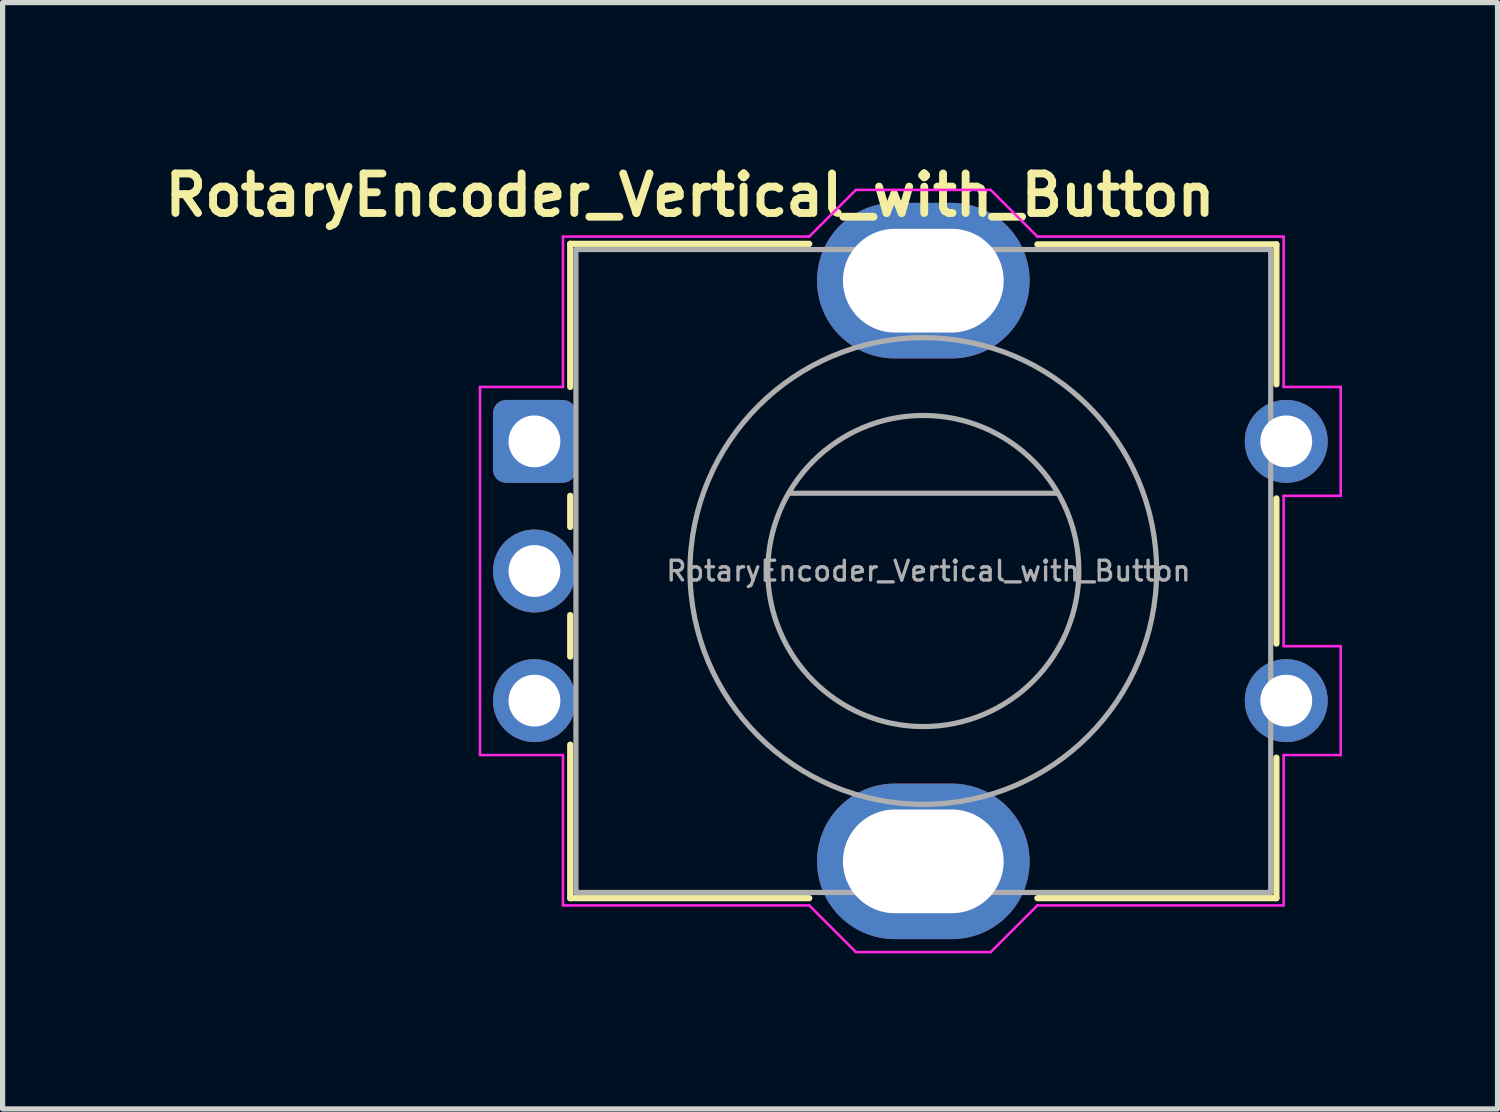
<source format=kicad_pcb>
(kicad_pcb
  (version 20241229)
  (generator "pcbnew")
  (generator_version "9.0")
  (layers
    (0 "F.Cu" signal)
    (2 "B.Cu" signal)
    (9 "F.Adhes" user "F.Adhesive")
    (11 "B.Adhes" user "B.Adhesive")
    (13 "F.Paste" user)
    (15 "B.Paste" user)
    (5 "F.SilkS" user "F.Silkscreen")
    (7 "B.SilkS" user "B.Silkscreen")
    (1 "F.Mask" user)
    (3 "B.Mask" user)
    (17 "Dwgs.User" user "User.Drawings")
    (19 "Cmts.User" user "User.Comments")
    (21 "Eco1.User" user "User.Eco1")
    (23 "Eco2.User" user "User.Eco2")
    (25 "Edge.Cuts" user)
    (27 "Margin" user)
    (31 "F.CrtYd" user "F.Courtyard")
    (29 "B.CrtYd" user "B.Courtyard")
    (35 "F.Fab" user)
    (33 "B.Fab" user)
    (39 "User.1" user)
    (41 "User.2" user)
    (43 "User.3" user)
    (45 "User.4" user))
  (footprint "RotaryEncoder_Vertical_with_Button"
    (layer "F.Cu")
    (at 7.258 5.463)
    (property "Reference" "RotaryEncoder_Vertical_with_Button" (at 3 -4.75 180) (layer "F.SilkS") (effects (font (size 0.762 0.762) (thickness 0.152) (bold yes))))
    (attr through_hole)
    (fp_line (start 0.69 -3.81) (end 5.3 -3.81) (stroke (width 0.12) (type solid)) (layer "F.SilkS"))
    (fp_line (start 0.69 -1.05) (end 0.69 -3.81) (stroke (width 0.12) (type solid)) (layer "F.SilkS"))
    (fp_line (start 0.69 1.05) (end 0.69 1.65) (stroke (width 0.12) (type solid)) (layer "F.SilkS"))
    (fp_line (start 0.69 3.35) (end 0.69 4.15) (stroke (width 0.12) (type solid)) (layer "F.SilkS"))
    (fp_line (start 0.69 5.85) (end 0.69 8.81) (stroke (width 0.12) (type solid)) (layer "F.SilkS"))
    (fp_line (start 5.3 8.81) (end 0.69 8.81) (stroke (width 0.12) (type solid)) (layer "F.SilkS"))
    (fp_line (start 9.7 -3.8) (end 14.31 -3.8) (stroke (width 0.12) (type solid)) (layer "F.SilkS"))
    (fp_line (start 14.31 -3.8) (end 14.31 -1.1) (stroke (width 0.12) (type solid)) (layer "F.SilkS"))
    (fp_line (start 14.31 1.1) (end 14.31 3.9) (stroke (width 0.12) (type solid)) (layer "F.SilkS"))
    (fp_line (start 14.31 6.1) (end 14.31 8.81) (stroke (width 0.12) (type solid)) (layer "F.SilkS"))
    (fp_line (start 14.31 8.81) (end 9.7 8.81) (stroke (width 0.12) (type solid)) (layer "F.SilkS"))
    (fp_line (start -1.05 -1.05) (end 0.55 -1.05) (stroke (width 0.05) (type solid)) (layer "F.CrtYd"))
    (fp_line (start -1.05 6.05) (end -1.05 -1.05) (stroke (width 0.05) (type solid)) (layer "F.CrtYd"))
    (fp_line (start 0.55 -3.95) (end 5.3 -3.95) (stroke (width 0.05) (type solid)) (layer "F.CrtYd"))
    (fp_line (start 0.55 -1.05) (end 0.55 -3.95) (stroke (width 0.05) (type solid)) (layer "F.CrtYd"))
    (fp_line (start 0.55 6.05) (end -1.05 6.05) (stroke (width 0.05) (type solid)) (layer "F.CrtYd"))
    (fp_line (start 0.55 8.95) (end 0.55 6.05) (stroke (width 0.05) (type solid)) (layer "F.CrtYd"))
    (fp_line (start 5.3 -3.95) (end 6.2 -4.85) (stroke (width 0.05) (type solid)) (layer "F.CrtYd"))
    (fp_line (start 5.3 8.95) (end 0.55 8.95) (stroke (width 0.05) (type solid)) (layer "F.CrtYd"))
    (fp_line (start 5.3 8.95) (end 6.2 9.85) (stroke (width 0.05) (type solid)) (layer "F.CrtYd"))
    (fp_line (start 6.2 -4.85) (end 8.8 -4.85) (stroke (width 0.05) (type solid)) (layer "F.CrtYd"))
    (fp_line (start 8.8 9.85) (end 6.2 9.85) (stroke (width 0.05) (type solid)) (layer "F.CrtYd"))
    (fp_line (start 9.7 -3.95) (end 8.8 -4.85) (stroke (width 0.05) (type solid)) (layer "F.CrtYd"))
    (fp_line (start 9.7 -3.95) (end 14.45 -3.95) (stroke (width 0.05) (type solid)) (layer "F.CrtYd"))
    (fp_line (start 9.7 8.95) (end 8.8 9.85) (stroke (width 0.05) (type solid)) (layer "F.CrtYd"))
    (fp_line (start 14.45 -3.95) (end 14.45 -1.05) (stroke (width 0.05) (type solid)) (layer "F.CrtYd"))
    (fp_line (start 14.45 -1.05) (end 15.55 -1.05) (stroke (width 0.05) (type default)) (layer "F.CrtYd"))
    (fp_line (start 14.45 1.05) (end 14.45 3.95) (stroke (width 0.05) (type solid)) (layer "F.CrtYd"))
    (fp_line (start 14.45 3.95) (end 15.55 3.95) (stroke (width 0.05) (type default)) (layer "F.CrtYd"))
    (fp_line (start 14.45 6.05) (end 14.45 8.95) (stroke (width 0.05) (type solid)) (layer "F.CrtYd"))
    (fp_line (start 14.45 8.95) (end 9.7 8.95) (stroke (width 0.05) (type solid)) (layer "F.CrtYd"))
    (fp_line (start 15.55 -1.05) (end 15.55 1.05) (stroke (width 0.05) (type default)) (layer "F.CrtYd"))
    (fp_line (start 15.55 1.05) (end 14.45 1.05) (stroke (width 0.05) (type default)) (layer "F.CrtYd"))
    (fp_line (start 15.55 3.95) (end 15.55 6.05) (stroke (width 0.05) (type default)) (layer "F.CrtYd"))
    (fp_line (start 15.55 6.05) (end 14.45 6.05) (stroke (width 0.05) (type default)) (layer "F.CrtYd"))
    (fp_line (start 0.8 -3.7) (end 0.8 8.7) (stroke (width 0.1) (type solid)) (layer "F.Fab"))
    (fp_line (start 0.8 8.7) (end 14.2 8.7) (stroke (width 0.1) (type solid)) (layer "F.Fab"))
    (fp_line (start 4.91 1) (end 10.09 1) (stroke (width 0.1) (type default)) (layer "F.Fab"))
    (fp_line (start 14.2 -3.7) (end 0.8 -3.7) (stroke (width 0.1) (type solid)) (layer "F.Fab"))
    (fp_line (start 14.2 8.7) (end 14.2 -3.7) (stroke (width 0.1) (type solid)) (layer "F.Fab"))
    (fp_circle (center 7.5 2.5) (end 10.5 2.5) (stroke (width 0.1) (type solid)) (fill no) (layer "F.Fab"))
    (fp_circle (center 7.5 2.5) (end 12 2.5) (stroke (width 0.1) (type default)) (fill no) (layer "F.Fab"))
    (fp_text user "${REFERENCE}" (at 7.6 2.5 180) (layer "F.Fab") (effects (font (size 0.381 0.381) (thickness 0.064) (bold yes))))
    (pad "A" thru_hole roundrect (at 0 0) (size 1.6 1.6) (drill 1) (layers "*.Cu" "*.Mask") (roundrect_rratio 0.156))
    (pad "B" thru_hole circle (at 0 5) (size 1.6 1.6) (drill 1) (layers "*.Cu" "*.Mask"))
    (pad "C" thru_hole circle (at 0 2.5) (size 1.6 1.6) (drill 1) (layers "*.Cu" "*.Mask"))
    (pad "S1" thru_hole circle (at 14.5 0) (size 1.6 1.6) (drill 1) (layers "*.Cu" "*.Mask"))
    (pad "S2" thru_hole circle (at 14.5 5) (size 1.6 1.6) (drill 1) (layers "*.Cu" "*.Mask"))
    (pad "SH" thru_hole oval (at 7.5 -3.1) (size 4.1 3) (drill oval 3.1 2) (layers "*.Cu" "*.Mask"))
    (pad "SH" thru_hole oval (at 7.5 8.1) (size 4.1 3) (drill oval 3.1 2) (layers "*.Cu" "*.Mask")))
  (gr_rect
    (start -3 -3)
    (end 25.833 18.338)
    (stroke (width 0.1) (type default))
    (fill no)
    (layer "Edge.Cuts")))
</source>
